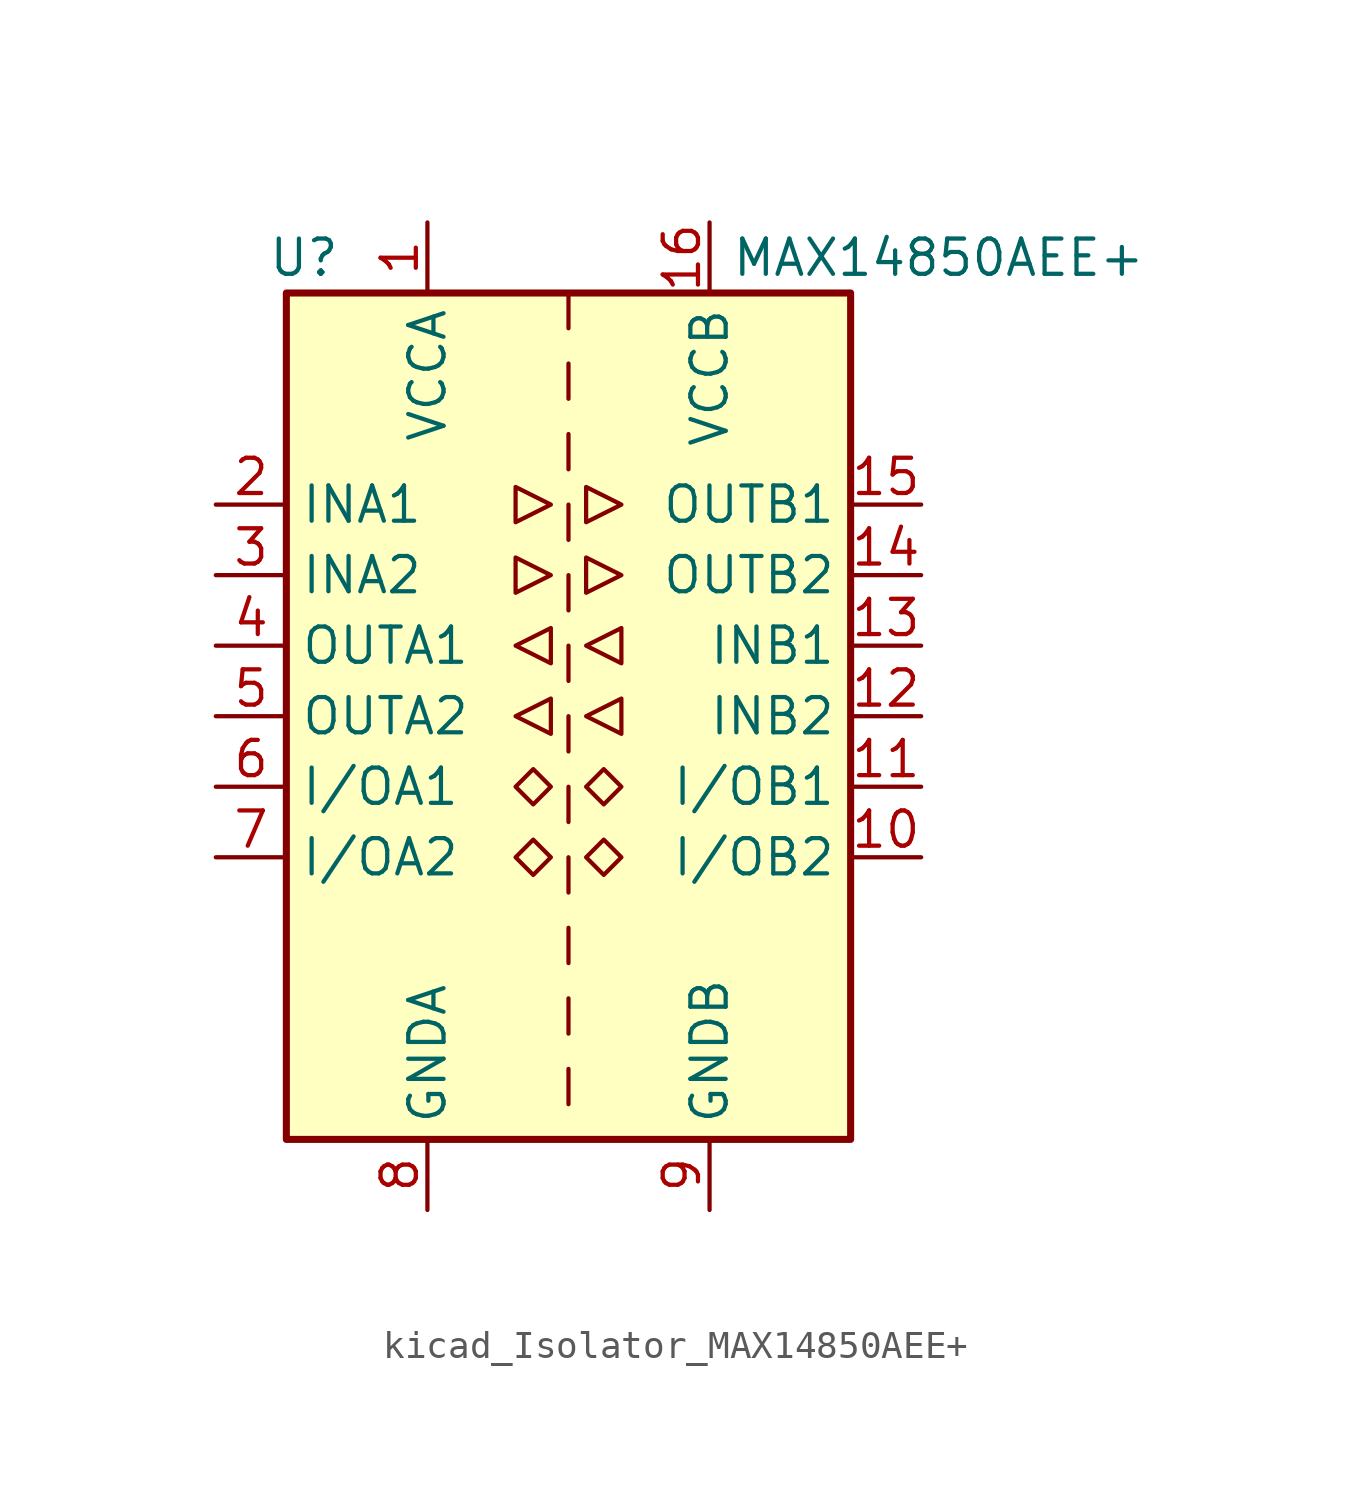
<source format=kicad_sym>
(kicad_symbol_lib
  (version 20220914)
  (generator kicad_symbol_editor)
  (symbol "kicad_Isolator_MAX14850AEE+"
    (property "Reference" "U"
      (at -9.525 16.51 0)
      (effects (font (size 1.27 1.27))))
    (property "Value" "MAX14850AEE+"
      (at 13.335 16.51 0)
      (effects (font (size 1.27 1.27))))
    (symbol "kicad_Isolator_MAX14850AEE+_0_1"
      (rectangle (start -10.16 15.24) (end 10.16 -15.24) (stroke (width 0.254) (type default)) (fill (type background)))
      (polyline (pts (xy 0 -12.7) (xy 0 -13.97)) (stroke (width 0) (type default)) (fill (type none)))
      (polyline (pts (xy 0 -10.16) (xy 0 -11.43)) (stroke (width 0) (type default)) (fill (type none)))
      (polyline (pts (xy 0 -7.62) (xy 0 -8.89)) (stroke (width 0) (type default)) (fill (type none)))
      (polyline (pts (xy 0 -5.08) (xy 0 -6.35)) (stroke (width 0) (type default)) (fill (type none)))
      (polyline (pts (xy 0 -2.54) (xy 0 -3.81)) (stroke (width 0) (type default)) (fill (type none)))
      (polyline (pts (xy 0 0) (xy 0 -1.27)) (stroke (width 0) (type default)) (fill (type none)))
      (polyline (pts (xy 0 2.54) (xy 0 1.27)) (stroke (width 0) (type default)) (fill (type none)))
      (polyline (pts (xy 0 5.08) (xy 0 3.81)) (stroke (width 0) (type default)) (fill (type none)))
      (polyline (pts (xy 0 7.62) (xy 0 6.35)) (stroke (width 0) (type default)) (fill (type none)))
      (polyline (pts (xy 0 10.16) (xy 0 8.89)) (stroke (width 0) (type default)) (fill (type none)))
      (polyline (pts (xy 0 12.7) (xy 0 11.43)) (stroke (width 0) (type default)) (fill (type none)))
      (polyline (pts (xy 0 15.24) (xy 0 13.97)) (stroke (width 0) (type default)) (fill (type none)))
      (polyline (pts (xy -1.905 5.715) (xy -1.905 4.445) (xy -0.635 5.08) (xy -1.905 5.715)) (stroke (width 0) (type default)) (fill (type none)))
      (polyline (pts (xy -1.905 8.255) (xy -1.905 6.985) (xy -0.635 7.62) (xy -1.905 8.255)) (stroke (width 0) (type default)) (fill (type none)))
      (polyline (pts (xy -0.635 -0.635) (xy -0.635 0.635) (xy -1.905 0) (xy -0.635 -0.635)) (stroke (width 0) (type default)) (fill (type none)))
      (polyline (pts (xy -0.635 1.905) (xy -0.635 3.175) (xy -1.905 2.54) (xy -0.635 1.905)) (stroke (width 0) (type default)) (fill (type none)))
      (polyline (pts (xy 0.635 5.715) (xy 0.635 4.445) (xy 1.905 5.08) (xy 0.635 5.715)) (stroke (width 0) (type default)) (fill (type none)))
      (polyline (pts (xy 0.635 8.255) (xy 0.635 6.985) (xy 1.905 7.62) (xy 0.635 8.255)) (stroke (width 0) (type default)) (fill (type none)))
      (polyline (pts (xy 1.905 -0.635) (xy 1.905 0.635) (xy 0.635 0) (xy 1.905 -0.635)) (stroke (width 0) (type default)) (fill (type none)))
      (polyline (pts (xy 1.905 1.905) (xy 1.905 3.175) (xy 0.635 2.54) (xy 1.905 1.905)) (stroke (width 0) (type default)) (fill (type none)))
      (polyline (pts (xy -1.27 -4.445) (xy -1.905 -5.08) (xy -1.27 -5.715) (xy -0.635 -5.08) (xy -1.27 -4.445)) (stroke (width 0) (type default)) (fill (type none)))
      (polyline (pts (xy -1.27 -1.905) (xy -1.905 -2.54) (xy -1.27 -3.175) (xy -0.635 -2.54) (xy -1.27 -1.905)) (stroke (width 0) (type default)) (fill (type none)))
      (polyline (pts (xy 1.27 -4.445) (xy 0.635 -5.08) (xy 1.27 -5.715) (xy 1.905 -5.08) (xy 1.27 -4.445)) (stroke (width 0) (type default)) (fill (type none)))
      (polyline (pts (xy 1.27 -1.905) (xy 0.635 -2.54) (xy 1.27 -3.175) (xy 1.905 -2.54) (xy 1.27 -1.905)) (stroke (width 0) (type default)) (fill (type none))))
    (symbol "kicad_Isolator_MAX14850AEE+_1_1"
      (pin power_in line (at -5.08 17.78 270) (length 2.54) (name "VCCA" (effects (font (size 1.27 1.27)))) (number "1" (effects (font (size 1.27 1.27)))))
      (pin bidirectional line (at 12.7 -5.08 180) (length 2.54) (name "I/OB2" (effects (font (size 1.27 1.27)))) (number "10" (effects (font (size 1.27 1.27)))))
      (pin bidirectional line (at 12.7 -2.54 180) (length 2.54) (name "I/OB1" (effects (font (size 1.27 1.27)))) (number "11" (effects (font (size 1.27 1.27)))))
      (pin input line (at 12.7 0 180) (length 2.54) (name "INB2" (effects (font (size 1.27 1.27)))) (number "12" (effects (font (size 1.27 1.27)))))
      (pin input line (at 12.7 2.54 180) (length 2.54) (name "INB1" (effects (font (size 1.27 1.27)))) (number "13" (effects (font (size 1.27 1.27)))))
      (pin output line (at 12.7 5.08 180) (length 2.54) (name "OUTB2" (effects (font (size 1.27 1.27)))) (number "14" (effects (font (size 1.27 1.27)))))
      (pin output line (at 12.7 7.62 180) (length 2.54) (name "OUTB1" (effects (font (size 1.27 1.27)))) (number "15" (effects (font (size 1.27 1.27)))))
      (pin power_in line (at 5.08 17.78 270) (length 2.54) (name "VCCB" (effects (font (size 1.27 1.27)))) (number "16" (effects (font (size 1.27 1.27)))))
      (pin input line (at -12.7 7.62 0) (length 2.54) (name "INA1" (effects (font (size 1.27 1.27)))) (number "2" (effects (font (size 1.27 1.27)))))
      (pin input line (at -12.7 5.08 0) (length 2.54) (name "INA2" (effects (font (size 1.27 1.27)))) (number "3" (effects (font (size 1.27 1.27)))))
      (pin output line (at -12.7 2.54 0) (length 2.54) (name "OUTA1" (effects (font (size 1.27 1.27)))) (number "4" (effects (font (size 1.27 1.27)))))
      (pin output line (at -12.7 0 0) (length 2.54) (name "OUTA2" (effects (font (size 1.27 1.27)))) (number "5" (effects (font (size 1.27 1.27)))))
      (pin bidirectional line (at -12.7 -2.54 0) (length 2.54) (name "I/OA1" (effects (font (size 1.27 1.27)))) (number "6" (effects (font (size 1.27 1.27)))))
      (pin bidirectional line (at -12.7 -5.08 0) (length 2.54) (name "I/OA2" (effects (font (size 1.27 1.27)))) (number "7" (effects (font (size 1.27 1.27)))))
      (pin power_in line (at -5.08 -17.78 90) (length 2.54) (name "GNDA" (effects (font (size 1.27 1.27)))) (number "8" (effects (font (size 1.27 1.27)))))
      (pin power_in line (at 5.08 -17.78 90) (length 2.54) (name "GNDB" (effects (font (size 1.27 1.27)))) (number "9" (effects (font (size 1.27 1.27))))))))
</source>
